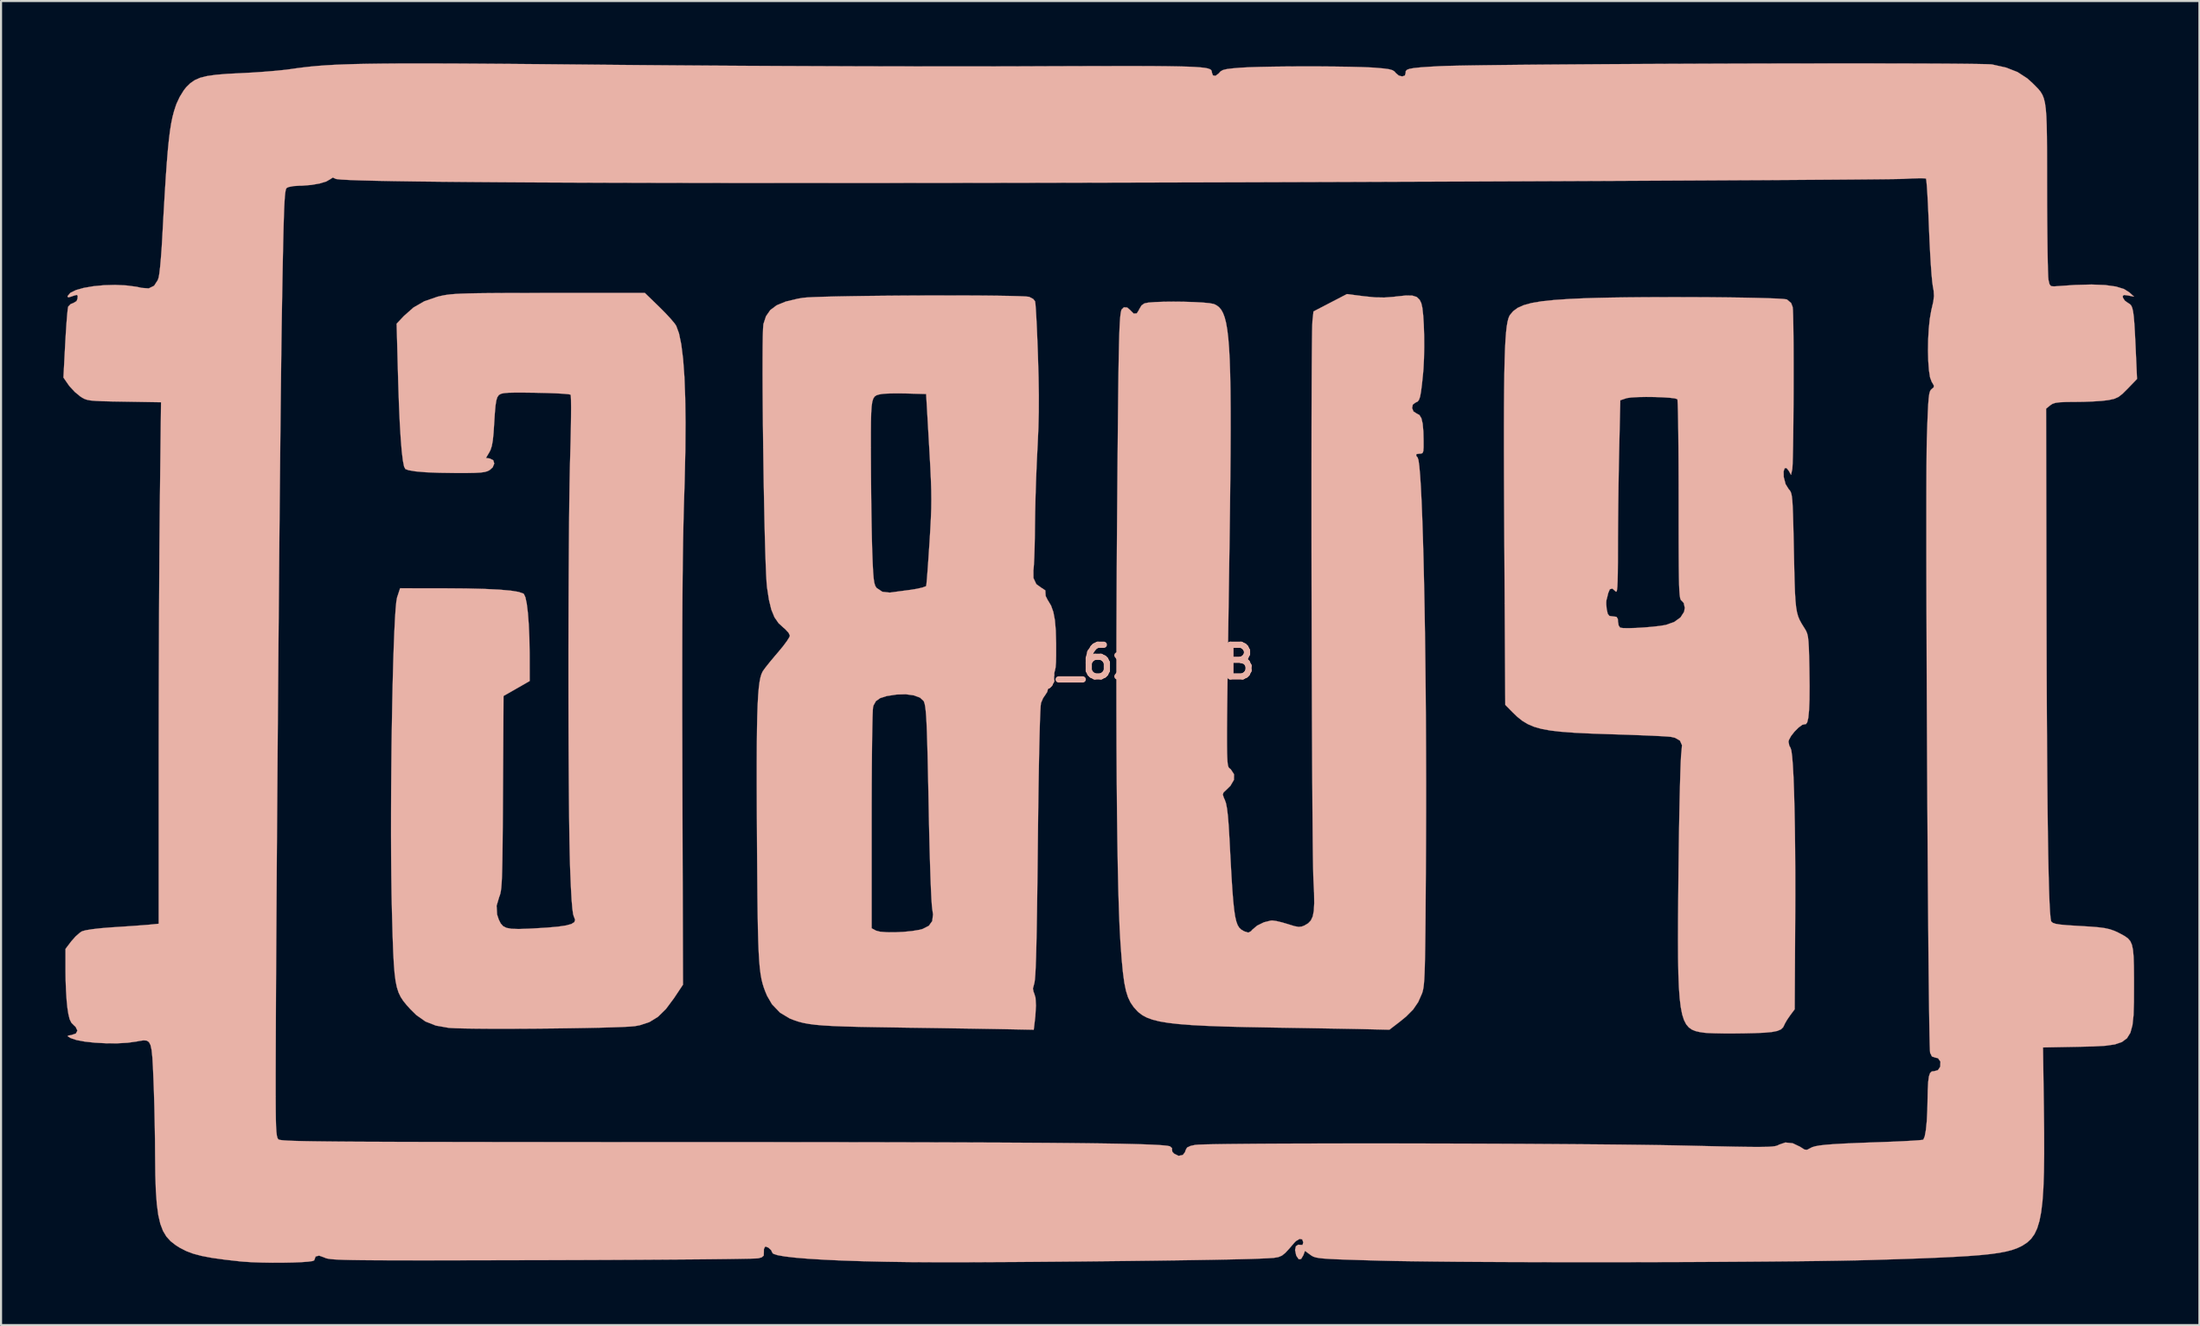
<source format=kicad_pcb>
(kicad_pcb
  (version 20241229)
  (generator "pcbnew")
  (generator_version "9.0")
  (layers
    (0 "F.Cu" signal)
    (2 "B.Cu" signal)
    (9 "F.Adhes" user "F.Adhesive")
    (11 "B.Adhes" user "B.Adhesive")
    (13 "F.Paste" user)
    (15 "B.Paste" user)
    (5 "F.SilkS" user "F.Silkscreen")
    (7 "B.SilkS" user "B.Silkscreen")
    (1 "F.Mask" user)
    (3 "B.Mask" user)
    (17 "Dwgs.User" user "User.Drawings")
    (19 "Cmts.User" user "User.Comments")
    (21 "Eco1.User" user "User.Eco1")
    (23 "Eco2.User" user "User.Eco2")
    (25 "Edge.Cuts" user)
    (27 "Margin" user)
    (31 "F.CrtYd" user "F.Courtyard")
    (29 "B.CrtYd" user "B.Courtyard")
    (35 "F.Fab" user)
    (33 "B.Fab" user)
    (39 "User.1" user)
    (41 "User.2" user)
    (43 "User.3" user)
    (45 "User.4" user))
  (footprint "pubg_6x10_B"
    (layer "F.Cu")
    (at 49.889 28.839)
    (property "Reference" "pubg_6x10_B" (at 0 0 0) (layer "B.SilkS") (effects (font (size 1.524 1.524) (thickness 0.3))))
    (attr through_hole)
    (fp_poly (pts (xy -21.193 -17.108) (xy -20.9 -16.814) (xy -20.644 -16.538) (xy -20.456 -16.315) (xy -20.375 -16.196) (xy -20.241 -15.83) (xy -20.131 -15.298) (xy -20.044 -14.602) (xy -19.981 -13.743) (xy -19.942 -12.722) (xy -19.927 -11.542) (xy -19.936 -10.205) (xy -19.969 -8.71) (xy -19.989 -8.086) (xy -20.01 -7.393) (xy -20.028 -6.651) (xy -20.044 -5.849) (xy -20.057 -4.974) (xy -20.068 -4.017) (xy -20.076 -2.966) (xy -20.082 -1.81) (xy -20.085 -0.537) (xy -20.086 0.863) (xy -20.086 2.401) (xy -20.082 4.089) (xy -20.079 5.503) (xy -20.049 15.536) (xy -20.481 16.185) (xy -20.868 16.706) (xy -21.251 17.082) (xy -21.661 17.336) (xy -22.129 17.491) (xy -22.365 17.534) (xy -22.595 17.555) (xy -22.972 17.574) (xy -23.475 17.592) (xy -24.081 17.609) (xy -24.768 17.623) (xy -25.515 17.635) (xy -26.3 17.645) (xy -27.1 17.653) (xy -27.894 17.658) (xy -28.659 17.66) (xy -29.374 17.659) (xy -30.017 17.654) (xy -30.566 17.646) (xy -30.999 17.635) (xy -31.293 17.619) (xy -31.341 17.615) (xy -31.95 17.507) (xy -32.45 17.311) (xy -32.892 17) (xy -33.18 16.715) (xy -33.365 16.509) (xy -33.519 16.319) (xy -33.644 16.127) (xy -33.746 15.915) (xy -33.826 15.666) (xy -33.889 15.362) (xy -33.937 14.985) (xy -33.974 14.516) (xy -34.004 13.939) (xy -34.03 13.234) (xy -34.054 12.386) (xy -34.064 12.023) (xy -34.082 11.203) (xy -34.095 10.302) (xy -34.104 9.335) (xy -34.108 8.318) (xy -34.107 7.263) (xy -34.103 6.186) (xy -34.094 5.103) (xy -34.083 4.026) (xy -34.067 2.972) (xy -34.049 1.954) (xy -34.028 0.988) (xy -34.004 0.088) (xy -33.978 -0.732) (xy -33.949 -1.456) (xy -33.919 -2.071) (xy -33.887 -2.56) (xy -33.854 -2.91) (xy -33.819 -3.107) (xy -33.818 -3.111) (xy -33.672 -3.556) (xy -31.547 -3.554) (xy -30.492 -3.546) (xy -29.606 -3.524) (xy -28.888 -3.489) (xy -28.338 -3.44) (xy -27.956 -3.377) (xy -27.74 -3.301) (xy -27.71 -3.278) (xy -27.637 -3.119) (xy -27.572 -2.81) (xy -27.518 -2.37) (xy -27.476 -1.816) (xy -27.447 -1.169) (xy -27.435 -0.446) (xy -27.434 -0.327) (xy -27.432 0.912) (xy -28.061 1.272) (xy -28.691 1.632) (xy -28.718 6.298) (xy -28.724 7.315) (xy -28.731 8.177) (xy -28.738 8.897) (xy -28.746 9.49) (xy -28.756 9.97) (xy -28.767 10.35) (xy -28.782 10.645) (xy -28.799 10.868) (xy -28.821 11.034) (xy -28.846 11.157) (xy -28.875 11.25) (xy -28.893 11.292) (xy -29.025 11.735) (xy -29.001 12.158) (xy -28.921 12.4) (xy -28.829 12.585) (xy -28.714 12.717) (xy -28.549 12.801) (xy -28.307 12.845) (xy -27.961 12.856) (xy -27.483 12.841) (xy -27.269 12.83) (xy -26.588 12.789) (xy -26.063 12.742) (xy -25.679 12.685) (xy -25.424 12.615) (xy -25.283 12.527) (xy -25.244 12.418) (xy -25.291 12.284) (xy -25.301 12.269) (xy -25.341 12.136) (xy -25.377 11.865) (xy -25.412 11.45) (xy -25.444 10.883) (xy -25.475 10.156) (xy -25.487 9.837) (xy -25.502 9.264) (xy -25.517 8.539) (xy -25.529 7.68) (xy -25.539 6.704) (xy -25.548 5.63) (xy -25.555 4.473) (xy -25.56 3.253) (xy -25.563 1.986) (xy -25.564 0.69) (xy -25.564 -0.617) (xy -25.561 -1.918) (xy -25.557 -3.196) (xy -25.551 -4.432) (xy -25.543 -5.609) (xy -25.534 -6.71) (xy -25.523 -7.717) (xy -25.51 -8.613) (xy -25.495 -9.379) (xy -25.48 -9.94) (xy -25.461 -10.621) (xy -25.448 -11.249) (xy -25.44 -11.803) (xy -25.437 -12.263) (xy -25.441 -12.609) (xy -25.45 -12.821) (xy -25.461 -12.88) (xy -25.564 -12.903) (xy -25.809 -12.925) (xy -26.168 -12.945) (xy -26.615 -12.961) (xy -27.121 -12.972) (xy -27.155 -12.973) (xy -27.725 -12.98) (xy -28.151 -12.98) (xy -28.455 -12.973) (xy -28.663 -12.955) (xy -28.798 -12.927) (xy -28.884 -12.885) (xy -28.926 -12.85) (xy -28.99 -12.755) (xy -29.039 -12.598) (xy -29.078 -12.351) (xy -29.11 -11.986) (xy -29.138 -11.552) (xy -29.17 -11.046) (xy -29.207 -10.677) (xy -29.254 -10.414) (xy -29.315 -10.223) (xy -29.369 -10.116) (xy -29.537 -9.832) (xy -29.352 -9.805) (xy -29.185 -9.721) (xy -29.138 -9.564) (xy -29.211 -9.382) (xy -29.35 -9.255) (xy -29.458 -9.197) (xy -29.597 -9.156) (xy -29.795 -9.129) (xy -30.079 -9.113) (xy -30.478 -9.106) (xy -30.985 -9.106) (xy -31.779 -9.117) (xy -32.428 -9.143) (xy -32.925 -9.185) (xy -33.264 -9.242) (xy -33.42 -9.299) (xy -33.481 -9.421) (xy -33.538 -9.709) (xy -33.592 -10.157) (xy -33.641 -10.761) (xy -33.687 -11.516) (xy -33.727 -12.419) (xy -33.762 -13.466) (xy -33.772 -13.816) (xy -33.839 -16.298) (xy -33.493 -16.665) (xy -33.029 -17.077) (xy -32.507 -17.378) (xy -31.878 -17.595) (xy -31.761 -17.624) (xy -31.607 -17.658) (xy -31.441 -17.687) (xy -31.249 -17.711) (xy -31.015 -17.73) (xy -30.724 -17.745) (xy -30.361 -17.757) (xy -29.91 -17.766) (xy -29.358 -17.772) (xy -28.687 -17.776) (xy -27.884 -17.778) (xy -26.933 -17.779) (xy -26.501 -17.779) (xy -21.886 -17.78) (xy -21.193 -17.108)) (stroke (width 0.01) (type solid)) (fill yes) (layer "B.SilkS"))
    (fp_poly (pts (xy 28.64 -17.577) (xy 29.456 -17.573) (xy 30.235 -17.565) (xy 30.958 -17.555) (xy 31.607 -17.542) (xy 32.164 -17.527) (xy 32.61 -17.51) (xy 32.927 -17.491) (xy 33.098 -17.469) (xy 33.114 -17.464) (xy 33.315 -17.294) (xy 33.389 -17.099) (xy 33.402 -16.949) (xy 33.412 -16.652) (xy 33.42 -16.231) (xy 33.427 -15.706) (xy 33.431 -15.099) (xy 33.433 -14.433) (xy 33.433 -13.728) (xy 33.432 -13.007) (xy 33.428 -12.292) (xy 33.423 -11.603) (xy 33.416 -10.964) (xy 33.408 -10.395) (xy 33.398 -9.918) (xy 33.387 -9.556) (xy 33.374 -9.329) (xy 33.366 -9.271) (xy 33.309 -9.017) (xy 33.203 -9.21) (xy 33.089 -9.348) (xy 33.002 -9.334) (xy 32.953 -9.184) (xy 32.958 -8.916) (xy 33.048 -8.571) (xy 33.195 -8.334) (xy 33.247 -8.274) (xy 33.29 -8.206) (xy 33.324 -8.112) (xy 33.351 -7.973) (xy 33.373 -7.772) (xy 33.39 -7.49) (xy 33.405 -7.109) (xy 33.419 -6.61) (xy 33.434 -5.976) (xy 33.448 -5.313) (xy 33.465 -4.524) (xy 33.481 -3.884) (xy 33.499 -3.373) (xy 33.523 -2.97) (xy 33.554 -2.655) (xy 33.596 -2.407) (xy 33.651 -2.205) (xy 33.723 -2.031) (xy 33.815 -1.862) (xy 33.928 -1.679) (xy 33.973 -1.609) (xy 34.039 -1.495) (xy 34.089 -1.372) (xy 34.125 -1.213) (xy 34.15 -0.991) (xy 34.168 -0.681) (xy 34.181 -0.254) (xy 34.193 0.315) (xy 34.193 0.325) (xy 34.203 1.151) (xy 34.198 1.816) (xy 34.177 2.326) (xy 34.141 2.688) (xy 34.088 2.908) (xy 34.019 2.993) (xy 33.984 2.99) (xy 33.854 3.02) (xy 33.673 3.153) (xy 33.479 3.347) (xy 33.31 3.562) (xy 33.206 3.758) (xy 33.189 3.839) (xy 33.228 4.032) (xy 33.282 4.122) (xy 33.324 4.249) (xy 33.363 4.535) (xy 33.398 4.969) (xy 33.429 5.541) (xy 33.455 6.241) (xy 33.477 7.058) (xy 33.495 7.982) (xy 33.507 9.002) (xy 33.514 10.109) (xy 33.515 11.291) (xy 33.511 12.361) (xy 33.486 16.722) (xy 33.265 17.018) (xy 33.116 17.236) (xy 33.011 17.419) (xy 32.995 17.458) (xy 32.928 17.591) (xy 32.821 17.692) (xy 32.649 17.765) (xy 32.391 17.816) (xy 32.025 17.85) (xy 31.528 17.871) (xy 31.073 17.881) (xy 30.551 17.887) (xy 30.055 17.886) (xy 29.623 17.878) (xy 29.293 17.865) (xy 29.146 17.853) (xy 28.916 17.82) (xy 28.715 17.773) (xy 28.54 17.703) (xy 28.39 17.598) (xy 28.262 17.448) (xy 28.156 17.243) (xy 28.069 16.972) (xy 28.001 16.624) (xy 27.948 16.19) (xy 27.91 15.659) (xy 27.885 15.019) (xy 27.871 14.261) (xy 27.867 13.375) (xy 27.87 12.349) (xy 27.88 11.173) (xy 27.891 10.033) (xy 27.903 9.087) (xy 27.916 8.183) (xy 27.931 7.336) (xy 27.947 6.563) (xy 27.964 5.878) (xy 27.981 5.298) (xy 27.998 4.838) (xy 28.014 4.513) (xy 28.03 4.34) (xy 28.032 4.328) (xy 28.059 4.002) (xy 27.96 3.781) (xy 27.722 3.646) (xy 27.53 3.602) (xy 27.369 3.587) (xy 27.063 3.568) (xy 26.635 3.547) (xy 26.108 3.525) (xy 25.507 3.502) (xy 24.855 3.481) (xy 24.596 3.473) (xy 23.67 3.441) (xy 22.895 3.404) (xy 22.253 3.357) (xy 21.723 3.296) (xy 21.288 3.216) (xy 20.93 3.114) (xy 20.629 2.985) (xy 20.366 2.826) (xy 20.124 2.632) (xy 19.912 2.428) (xy 19.549 2.059) (xy 19.521 -2.826) (xy 24.409 -2.826) (xy 24.429 -2.591) (xy 24.437 -2.533) (xy 24.486 -2.318) (xy 24.567 -2.223) (xy 24.723 -2.201) (xy 24.733 -2.201) (xy 24.908 -2.178) (xy 24.97 -2.072) (xy 24.977 -1.954) (xy 25.009 -1.761) (xy 25.082 -1.659) (xy 25.226 -1.638) (xy 25.496 -1.634) (xy 25.85 -1.645) (xy 26.248 -1.669) (xy 26.646 -1.703) (xy 27.004 -1.744) (xy 27.277 -1.789) (xy 27.683 -1.931) (xy 27.986 -2.149) (xy 28.161 -2.422) (xy 28.194 -2.614) (xy 28.143 -2.846) (xy 28.046 -2.954) (xy 28.014 -2.98) (xy 27.987 -3.029) (xy 27.965 -3.115) (xy 27.947 -3.25) (xy 27.932 -3.448) (xy 27.92 -3.722) (xy 27.912 -4.084) (xy 27.906 -4.548) (xy 27.902 -5.128) (xy 27.899 -5.836) (xy 27.898 -6.685) (xy 27.898 -7.689) (xy 27.898 -7.819) (xy 27.897 -8.703) (xy 27.894 -9.537) (xy 27.889 -10.304) (xy 27.882 -10.99) (xy 27.874 -11.579) (xy 27.865 -12.056) (xy 27.855 -12.406) (xy 27.844 -12.612) (xy 27.835 -12.663) (xy 27.716 -12.701) (xy 27.467 -12.731) (xy 27.126 -12.753) (xy 26.733 -12.767) (xy 26.327 -12.771) (xy 25.945 -12.764) (xy 25.628 -12.746) (xy 25.415 -12.717) (xy 25.384 -12.709) (xy 25.088 -12.611) (xy 25.033 -10.186) (xy 25.016 -9.399) (xy 25.002 -8.518) (xy 24.99 -7.602) (xy 24.981 -6.709) (xy 24.975 -5.896) (xy 24.974 -5.511) (xy 24.972 -4.828) (xy 24.967 -4.299) (xy 24.959 -3.907) (xy 24.947 -3.637) (xy 24.929 -3.471) (xy 24.905 -3.395) (xy 24.874 -3.391) (xy 24.859 -3.408) (xy 24.706 -3.541) (xy 24.584 -3.509) (xy 24.506 -3.323) (xy 24.455 -3.109) (xy 24.419 -2.978) (xy 24.409 -2.826) (xy 19.521 -2.826) (xy 19.502 -6.019) (xy 19.494 -7.587) (xy 19.488 -8.993) (xy 19.485 -10.249) (xy 19.485 -11.361) (xy 19.488 -12.339) (xy 19.495 -13.191) (xy 19.505 -13.927) (xy 19.519 -14.555) (xy 19.537 -15.084) (xy 19.56 -15.522) (xy 19.587 -15.879) (xy 19.619 -16.163) (xy 19.656 -16.383) (xy 19.698 -16.548) (xy 19.745 -16.667) (xy 19.77 -16.711) (xy 19.93 -16.902) (xy 20.146 -17.061) (xy 20.436 -17.191) (xy 20.814 -17.295) (xy 21.299 -17.377) (xy 21.906 -17.441) (xy 22.651 -17.491) (xy 23.41 -17.525) (xy 23.978 -17.542) (xy 24.636 -17.556) (xy 25.366 -17.567) (xy 26.149 -17.574) (xy 26.968 -17.578) (xy 27.805 -17.579) (xy 28.64 -17.577)) (stroke (width 0.01) (type solid)) (fill yes) (layer "B.SilkS"))
    (fp_poly (pts (xy 12.756 -17.619) (xy 13.278 -17.566) (xy 13.724 -17.558) (xy 14.179 -17.593) (xy 14.322 -17.611) (xy 14.767 -17.657) (xy 15.078 -17.651) (xy 15.288 -17.584) (xy 15.427 -17.448) (xy 15.505 -17.288) (xy 15.556 -17.065) (xy 15.596 -16.707) (xy 15.625 -16.251) (xy 15.642 -15.731) (xy 15.645 -15.182) (xy 15.635 -14.64) (xy 15.61 -14.138) (xy 15.589 -13.885) (xy 15.537 -13.382) (xy 15.491 -13.022) (xy 15.446 -12.78) (xy 15.394 -12.631) (xy 15.33 -12.549) (xy 15.247 -12.508) (xy 15.232 -12.504) (xy 15.095 -12.401) (xy 15.063 -12.234) (xy 15.13 -12.069) (xy 15.28 -11.973) (xy 15.415 -11.9) (xy 15.51 -11.744) (xy 15.572 -11.482) (xy 15.605 -11.093) (xy 15.615 -10.668) (xy 15.615 -10.345) (xy 15.601 -10.156) (xy 15.561 -10.066) (xy 15.487 -10.04) (xy 15.431 -10.04) (xy 15.268 -10.018) (xy 15.262 -9.932) (xy 15.33 -9.85) (xy 15.37 -9.726) (xy 15.409 -9.443) (xy 15.447 -9.01) (xy 15.484 -8.438) (xy 15.519 -7.735) (xy 15.552 -6.912) (xy 15.583 -5.979) (xy 15.612 -4.945) (xy 15.638 -3.821) (xy 15.662 -2.616) (xy 15.683 -1.34) (xy 15.7 -0.002) (xy 15.715 1.386) (xy 15.726 2.816) (xy 15.733 4.278) (xy 15.737 5.762) (xy 15.736 7.258) (xy 15.731 8.756) (xy 15.729 9.144) (xy 15.722 10.344) (xy 15.715 11.386) (xy 15.709 12.283) (xy 15.701 13.047) (xy 15.693 13.689) (xy 15.684 14.221) (xy 15.674 14.657) (xy 15.662 15.006) (xy 15.648 15.282) (xy 15.631 15.496) (xy 15.612 15.661) (xy 15.589 15.787) (xy 15.563 15.888) (xy 15.54 15.96) (xy 15.355 16.377) (xy 15.112 16.733) (xy 14.774 17.073) (xy 14.476 17.316) (xy 13.969 17.706) (xy 12.806 17.68) (xy 12.455 17.672) (xy 11.963 17.663) (xy 11.354 17.652) (xy 10.657 17.64) (xy 9.898 17.627) (xy 9.103 17.614) (xy 8.3 17.601) (xy 8.21 17.599) (xy 7.047 17.578) (xy 6.04 17.553) (xy 5.177 17.521) (xy 4.445 17.483) (xy 3.83 17.435) (xy 3.321 17.377) (xy 2.903 17.307) (xy 2.565 17.223) (xy 2.293 17.124) (xy 2.075 17.008) (xy 1.897 16.874) (xy 1.835 16.816) (xy 1.651 16.612) (xy 1.501 16.394) (xy 1.38 16.138) (xy 1.282 15.825) (xy 1.202 15.431) (xy 1.136 14.935) (xy 1.077 14.316) (xy 1.021 13.552) (xy 1.015 13.462) (xy 0.978 12.802) (xy 0.946 11.981) (xy 0.916 11.006) (xy 0.891 9.886) (xy 0.87 8.628) (xy 0.852 7.24) (xy 0.839 5.731) (xy 0.829 4.108) (xy 0.824 2.378) (xy 0.823 0.551) (xy 0.826 -1.366) (xy 0.834 -3.366) (xy 0.845 -5.439) (xy 0.853 -6.477) (xy 0.865 -8.017) (xy 0.876 -9.396) (xy 0.887 -10.625) (xy 0.897 -11.711) (xy 0.907 -12.664) (xy 0.917 -13.493) (xy 0.927 -14.206) (xy 0.938 -14.814) (xy 0.949 -15.325) (xy 0.961 -15.747) (xy 0.974 -16.091) (xy 0.988 -16.365) (xy 1.003 -16.578) (xy 1.02 -16.739) (xy 1.038 -16.857) (xy 1.059 -16.942) (xy 1.07 -16.977) (xy 1.182 -17.088) (xy 1.344 -17.077) (xy 1.495 -16.947) (xy 1.504 -16.933) (xy 1.656 -16.786) (xy 1.803 -16.795) (xy 1.907 -16.957) (xy 1.914 -16.982) (xy 2.034 -17.181) (xy 2.175 -17.278) (xy 2.364 -17.315) (xy 2.685 -17.34) (xy 3.1 -17.355) (xy 3.573 -17.36) (xy 4.066 -17.355) (xy 4.544 -17.341) (xy 4.97 -17.318) (xy 5.305 -17.287) (xy 5.514 -17.247) (xy 5.534 -17.24) (xy 5.658 -17.176) (xy 5.77 -17.089) (xy 5.871 -16.969) (xy 5.959 -16.81) (xy 6.037 -16.601) (xy 6.105 -16.336) (xy 6.162 -16.006) (xy 6.21 -15.603) (xy 6.249 -15.118) (xy 6.279 -14.543) (xy 6.301 -13.87) (xy 6.316 -13.091) (xy 6.323 -12.197) (xy 6.324 -11.18) (xy 6.319 -10.032) (xy 6.307 -8.745) (xy 6.291 -7.31) (xy 6.27 -5.719) (xy 6.254 -4.657) (xy 6.232 -3.174) (xy 6.213 -1.852) (xy 6.196 -0.681) (xy 6.181 0.349) (xy 6.169 1.247) (xy 6.159 2.022) (xy 6.152 2.684) (xy 6.148 3.241) (xy 6.147 3.703) (xy 6.149 4.079) (xy 6.153 4.379) (xy 6.161 4.612) (xy 6.171 4.787) (xy 6.185 4.914) (xy 6.202 5.001) (xy 6.222 5.058) (xy 6.246 5.094) (xy 6.273 5.12) (xy 6.304 5.142) (xy 6.329 5.163) (xy 6.487 5.404) (xy 6.482 5.672) (xy 6.314 5.958) (xy 6.117 6.152) (xy 5.981 6.278) (xy 5.946 6.385) (xy 6 6.544) (xy 6.043 6.636) (xy 6.101 6.803) (xy 6.149 7.053) (xy 6.192 7.407) (xy 6.23 7.886) (xy 6.267 8.512) (xy 6.27 8.569) (xy 6.32 9.519) (xy 6.364 10.315) (xy 6.406 10.97) (xy 6.448 11.501) (xy 6.492 11.921) (xy 6.54 12.245) (xy 6.596 12.489) (xy 6.66 12.666) (xy 6.737 12.791) (xy 6.828 12.88) (xy 6.936 12.946) (xy 6.999 12.976) (xy 7.173 13.029) (xy 7.299 12.966) (xy 7.37 12.886) (xy 7.604 12.691) (xy 7.926 12.533) (xy 8.254 12.451) (xy 8.335 12.446) (xy 8.525 12.472) (xy 8.809 12.54) (xy 9.091 12.624) (xy 9.396 12.718) (xy 9.598 12.754) (xy 9.751 12.737) (xy 9.876 12.688) (xy 10.054 12.583) (xy 10.185 12.446) (xy 10.276 12.253) (xy 10.329 11.983) (xy 10.349 11.612) (xy 10.342 11.117) (xy 10.312 10.499) (xy 10.303 10.255) (xy 10.295 9.859) (xy 10.286 9.323) (xy 10.278 8.657) (xy 10.271 7.874) (xy 10.263 6.984) (xy 10.257 5.999) (xy 10.25 4.931) (xy 10.245 3.791) (xy 10.239 2.591) (xy 10.235 1.342) (xy 10.23 0.055) (xy 10.227 -1.258) (xy 10.224 -2.585) (xy 10.221 -3.915) (xy 10.219 -5.236) (xy 10.218 -6.538) (xy 10.218 -7.808) (xy 10.218 -9.035) (xy 10.219 -10.208) (xy 10.22 -11.315) (xy 10.223 -12.345) (xy 10.226 -13.286) (xy 10.23 -14.126) (xy 10.235 -14.855) (xy 10.241 -15.461) (xy 10.247 -15.931) (xy 10.255 -16.256) (xy 10.263 -16.423) (xy 10.263 -16.424) (xy 10.313 -16.889) (xy 11.118 -17.307) (xy 11.923 -17.725) (xy 12.756 -17.619)) (stroke (width 0.01) (type solid)) (fill yes) (layer "B.SilkS"))
    (fp_poly (pts (xy -6.3 -17.657) (xy -5.567 -17.653) (xy -4.908 -17.646) (xy -4.342 -17.637) (xy -3.889 -17.625) (xy -3.564 -17.611) (xy -3.388 -17.593) (xy -3.375 -17.59) (xy -3.188 -17.493) (xy -3.095 -17.38) (xy -3.078 -17.261) (xy -3.057 -16.994) (xy -3.034 -16.604) (xy -3.009 -16.111) (xy -2.985 -15.539) (xy -2.961 -14.91) (xy -2.955 -14.722) (xy -2.926 -13.722) (xy -2.913 -12.846) (xy -2.916 -12.048) (xy -2.934 -11.283) (xy -2.968 -10.506) (xy -2.978 -10.318) (xy -3.013 -9.609) (xy -3.045 -8.809) (xy -3.072 -7.985) (xy -3.09 -7.203) (xy -3.099 -6.604) (xy -3.106 -6.041) (xy -3.117 -5.514) (xy -3.132 -5.053) (xy -3.15 -4.691) (xy -3.169 -4.459) (xy -3.174 -4.423) (xy -3.172 -4.048) (xy -3.034 -3.754) (xy -2.769 -3.563) (xy -2.749 -3.555) (xy -2.599 -3.452) (xy -2.595 -3.341) (xy -2.584 -3.183) (xy -2.483 -2.983) (xy -2.473 -2.97) (xy -2.323 -2.718) (xy -2.214 -2.412) (xy -2.14 -2.023) (xy -2.097 -1.523) (xy -2.08 -0.887) (xy -2.08 -0.804) (xy -2.08 -0.325) (xy -2.087 0.018) (xy -2.107 0.26) (xy -2.143 0.433) (xy -2.199 0.572) (xy -2.265 0.687) (xy -2.387 0.934) (xy -2.452 1.165) (xy -2.455 1.21) (xy -2.506 1.431) (xy -2.588 1.56) (xy -2.707 1.734) (xy -2.807 1.967) (xy -2.807 1.968) (xy -2.825 2.106) (xy -2.842 2.405) (xy -2.86 2.858) (xy -2.877 3.455) (xy -2.895 4.19) (xy -2.911 5.054) (xy -2.928 6.039) (xy -2.943 7.137) (xy -2.957 8.34) (xy -2.961 8.721) (xy -2.975 10.01) (xy -2.989 11.138) (xy -3.003 12.115) (xy -3.017 12.948) (xy -3.032 13.647) (xy -3.047 14.22) (xy -3.064 14.676) (xy -3.081 15.023) (xy -3.1 15.271) (xy -3.121 15.427) (xy -3.135 15.485) (xy -3.198 15.725) (xy -3.164 15.895) (xy -3.145 15.929) (xy -3.073 16.162) (xy -3.052 16.542) (xy -3.081 17.052) (xy -3.104 17.257) (xy -3.158 17.707) (xy -4.563 17.68) (xy -4.956 17.673) (xy -5.491 17.664) (xy -6.143 17.653) (xy -6.884 17.642) (xy -7.689 17.629) (xy -8.53 17.617) (xy -9.38 17.605) (xy -9.737 17.599) (xy -10.717 17.584) (xy -11.545 17.569) (xy -12.238 17.551) (xy -12.812 17.529) (xy -13.284 17.502) (xy -13.672 17.469) (xy -13.992 17.427) (xy -14.262 17.377) (xy -14.498 17.315) (xy -14.716 17.241) (xy -14.913 17.163) (xy -15.378 16.883) (xy -15.765 16.478) (xy -16.002 16.069) (xy -16.083 15.874) (xy -16.154 15.685) (xy -16.215 15.489) (xy -16.268 15.273) (xy -16.312 15.025) (xy -16.349 14.731) (xy -16.379 14.379) (xy -16.404 13.956) (xy -16.424 13.448) (xy -16.44 12.844) (xy -16.453 12.13) (xy -16.464 11.293) (xy -16.472 10.32) (xy -16.481 9.199) (xy -16.486 8.422) (xy -16.49 7.651) (xy -10.964 7.651) (xy -10.964 12.822) (xy -10.753 12.935) (xy -10.558 12.986) (xy -10.242 13.011) (xy -9.849 13.014) (xy -9.426 12.994) (xy -9.018 12.954) (xy -8.67 12.896) (xy -8.51 12.854) (xy -8.21 12.701) (xy -8.046 12.474) (xy -8.008 12.153) (xy -8.046 11.885) (xy -8.064 11.719) (xy -8.085 11.402) (xy -8.107 10.952) (xy -8.129 10.388) (xy -8.151 9.729) (xy -8.172 8.992) (xy -8.192 8.196) (xy -8.21 7.36) (xy -8.21 7.324) (xy -8.231 6.245) (xy -8.251 5.323) (xy -8.268 4.544) (xy -8.286 3.896) (xy -8.303 3.365) (xy -8.32 2.939) (xy -8.339 2.605) (xy -8.36 2.349) (xy -8.383 2.159) (xy -8.408 2.022) (xy -8.438 1.925) (xy -8.463 1.87) (xy -8.635 1.712) (xy -8.934 1.602) (xy -9.322 1.549) (xy -9.761 1.562) (xy -9.774 1.564) (xy -10.236 1.635) (xy -10.555 1.736) (xy -10.758 1.88) (xy -10.872 2.083) (xy -10.896 2.174) (xy -10.908 2.315) (xy -10.92 2.61) (xy -10.93 3.043) (xy -10.94 3.598) (xy -10.948 4.259) (xy -10.955 5.01) (xy -10.96 5.837) (xy -10.963 6.722) (xy -10.964 7.651) (xy -16.49 7.651) (xy -16.493 7.088) (xy -16.497 5.913) (xy -16.497 4.885) (xy -16.493 3.996) (xy -16.485 3.233) (xy -16.472 2.588) (xy -16.453 2.048) (xy -16.429 1.604) (xy -16.399 1.245) (xy -16.363 0.961) (xy -16.32 0.741) (xy -16.269 0.574) (xy -16.212 0.451) (xy -16.199 0.43) (xy -16.077 0.262) (xy -15.875 0.008) (xy -15.627 -0.29) (xy -15.473 -0.47) (xy -15.233 -0.759) (xy -15.043 -1.015) (xy -14.926 -1.202) (xy -14.901 -1.273) (xy -14.964 -1.411) (xy -15.123 -1.584) (xy -15.198 -1.646) (xy -15.451 -1.879) (xy -15.645 -2.162) (xy -15.794 -2.525) (xy -15.909 -2.998) (xy -16.003 -3.606) (xy -16.024 -3.853) (xy -16.046 -4.243) (xy -16.067 -4.759) (xy -16.088 -5.385) (xy -16.108 -6.103) (xy -16.127 -6.897) (xy -16.144 -7.748) (xy -16.161 -8.64) (xy -16.175 -9.556) (xy -16.188 -10.478) (xy -16.194 -11.016) (xy -11.001 -11.016) (xy -11.001 -10.324) (xy -10.999 -9.752) (xy -10.995 -8.981) (xy -10.988 -8.183) (xy -10.979 -7.395) (xy -10.967 -6.654) (xy -10.954 -5.996) (xy -10.94 -5.46) (xy -10.936 -5.322) (xy -10.914 -4.755) (xy -10.892 -4.333) (xy -10.867 -4.031) (xy -10.836 -3.824) (xy -10.796 -3.687) (xy -10.744 -3.595) (xy -10.723 -3.57) (xy -10.447 -3.386) (xy -10.093 -3.347) (xy -10.033 -3.354) (xy -9.875 -3.376) (xy -9.598 -3.413) (xy -9.254 -3.459) (xy -9.116 -3.477) (xy -8.78 -3.531) (xy -8.515 -3.592) (xy -8.36 -3.649) (xy -8.337 -3.671) (xy -8.323 -3.78) (xy -8.3 -4.033) (xy -8.271 -4.406) (xy -8.237 -4.874) (xy -8.201 -5.413) (xy -8.175 -5.8) (xy -8.138 -6.411) (xy -8.111 -6.93) (xy -8.094 -7.39) (xy -8.089 -7.828) (xy -8.094 -8.28) (xy -8.11 -8.781) (xy -8.137 -9.366) (xy -8.176 -10.072) (xy -8.193 -10.372) (xy -8.34 -12.912) (xy -9.271 -12.937) (xy -9.681 -12.943) (xy -10.056 -12.939) (xy -10.345 -12.927) (xy -10.475 -12.913) (xy -10.614 -12.887) (xy -10.726 -12.853) (xy -10.815 -12.796) (xy -10.882 -12.699) (xy -10.932 -12.544) (xy -10.965 -12.315) (xy -10.986 -11.995) (xy -10.997 -11.568) (xy -11.001 -11.016) (xy -16.194 -11.016) (xy -16.199 -11.39) (xy -16.207 -12.275) (xy -16.213 -13.114) (xy -16.216 -13.892) (xy -16.215 -14.59) (xy -16.212 -15.193) (xy -16.205 -15.682) (xy -16.194 -16.041) (xy -16.179 -16.252) (xy -16.175 -16.282) (xy -16.052 -16.658) (xy -15.845 -16.955) (xy -15.536 -17.186) (xy -15.103 -17.364) (xy -14.529 -17.501) (xy -14.289 -17.542) (xy -14.083 -17.562) (xy -13.732 -17.58) (xy -13.255 -17.596) (xy -12.671 -17.611) (xy -11.996 -17.624) (xy -11.25 -17.635) (xy -10.451 -17.644) (xy -9.618 -17.651) (xy -8.767 -17.656) (xy -7.919 -17.658) (xy -7.09 -17.659) (xy -6.3 -17.657)) (stroke (width 0.01) (type solid)) (fill yes) (layer "B.SilkS"))
    (fp_poly (pts (xy 37.346 -28.833) (xy 38.41 -28.832) (xy 39.392 -28.829) (xy 40.281 -28.826) (xy 41.064 -28.821) (xy 41.731 -28.815) (xy 42.27 -28.808) (xy 42.67 -28.8) (xy 42.919 -28.791) (xy 42.993 -28.784) (xy 43.667 -28.634) (xy 44.217 -28.418) (xy 44.683 -28.116) (xy 44.938 -27.887) (xy 45.092 -27.734) (xy 45.222 -27.599) (xy 45.329 -27.467) (xy 45.416 -27.321) (xy 45.485 -27.148) (xy 45.538 -26.93) (xy 45.577 -26.653) (xy 45.604 -26.301) (xy 45.622 -25.859) (xy 45.632 -25.31) (xy 45.637 -24.64) (xy 45.639 -23.832) (xy 45.64 -22.872) (xy 45.64 -22.799) (xy 45.642 -21.975) (xy 45.647 -21.193) (xy 45.654 -20.472) (xy 45.662 -19.83) (xy 45.672 -19.284) (xy 45.683 -18.854) (xy 45.694 -18.557) (xy 45.706 -18.415) (xy 45.757 -18.199) (xy 45.833 -18.107) (xy 45.977 -18.095) (xy 46.019 -18.098) (xy 46.978 -18.164) (xy 47.782 -18.185) (xy 48.439 -18.16) (xy 48.956 -18.088) (xy 49.342 -17.97) (xy 49.599 -17.809) (xy 49.826 -17.602) (xy 49.543 -17.657) (xy 49.354 -17.682) (xy 49.286 -17.643) (xy 49.29 -17.556) (xy 49.384 -17.408) (xy 49.544 -17.293) (xy 49.624 -17.246) (xy 49.689 -17.177) (xy 49.74 -17.066) (xy 49.781 -16.894) (xy 49.815 -16.642) (xy 49.844 -16.289) (xy 49.872 -15.816) (xy 49.902 -15.203) (xy 49.918 -14.84) (xy 49.972 -13.636) (xy 49.518 -13.166) (xy 49.269 -12.919) (xy 49.075 -12.769) (xy 48.877 -12.681) (xy 48.621 -12.624) (xy 48.556 -12.614) (xy 48.262 -12.58) (xy 47.856 -12.554) (xy 47.397 -12.536) (xy 47.021 -12.531) (xy 46.572 -12.528) (xy 46.259 -12.514) (xy 46.048 -12.487) (xy 45.905 -12.441) (xy 45.797 -12.372) (xy 45.793 -12.369) (xy 45.593 -12.206) (xy 45.609 -3.669) (xy 45.614 -1.474) (xy 45.62 0.553) (xy 45.629 2.414) (xy 45.639 4.112) (xy 45.65 5.648) (xy 45.663 7.023) (xy 45.678 8.24) (xy 45.695 9.3) (xy 45.714 10.206) (xy 45.734 10.959) (xy 45.756 11.561) (xy 45.781 12.013) (xy 45.807 12.318) (xy 45.834 12.478) (xy 45.844 12.499) (xy 45.917 12.559) (xy 46.054 12.606) (xy 46.281 12.643) (xy 46.623 12.674) (xy 47.107 12.704) (xy 47.125 12.705) (xy 47.678 12.738) (xy 48.096 12.771) (xy 48.413 12.812) (xy 48.663 12.868) (xy 48.881 12.944) (xy 49.1 13.046) (xy 49.202 13.1) (xy 49.392 13.206) (xy 49.539 13.313) (xy 49.649 13.443) (xy 49.726 13.617) (xy 49.777 13.859) (xy 49.807 14.191) (xy 49.821 14.634) (xy 49.826 15.212) (xy 49.826 15.613) (xy 49.823 16.384) (xy 49.804 17.003) (xy 49.752 17.487) (xy 49.652 17.853) (xy 49.488 18.118) (xy 49.244 18.299) (xy 48.905 18.414) (xy 48.454 18.479) (xy 47.875 18.511) (xy 47.154 18.528) (xy 47.127 18.529) (xy 45.444 18.56) (xy 45.485 21.451) (xy 45.498 22.64) (xy 45.5 23.672) (xy 45.489 24.56) (xy 45.463 25.317) (xy 45.42 25.953) (xy 45.357 26.482) (xy 45.273 26.917) (xy 45.166 27.269) (xy 45.034 27.551) (xy 44.874 27.775) (xy 44.685 27.953) (xy 44.464 28.099) (xy 44.374 28.147) (xy 44.172 28.239) (xy 43.94 28.319) (xy 43.666 28.39) (xy 43.336 28.453) (xy 42.938 28.509) (xy 42.46 28.559) (xy 41.888 28.604) (xy 41.21 28.645) (xy 40.413 28.684) (xy 39.485 28.722) (xy 38.413 28.759) (xy 37.211 28.796) (xy 36.499 28.814) (xy 35.638 28.831) (xy 34.644 28.846) (xy 33.533 28.859) (xy 32.322 28.87) (xy 31.029 28.88) (xy 29.669 28.888) (xy 28.259 28.895) (xy 26.817 28.899) (xy 25.357 28.902) (xy 23.899 28.903) (xy 22.457 28.903) (xy 21.048 28.9) (xy 19.691 28.896) (xy 18.4 28.89) (xy 17.192 28.882) (xy 16.085 28.871) (xy 15.095 28.859) (xy 14.238 28.846) (xy 13.532 28.83) (xy 13.445 28.827) (xy 12.65 28.804) (xy 12.005 28.784) (xy 11.495 28.766) (xy 11.1 28.747) (xy 10.803 28.727) (xy 10.587 28.704) (xy 10.433 28.676) (xy 10.324 28.643) (xy 10.241 28.602) (xy 10.168 28.552) (xy 10.164 28.549) (xy 9.904 28.357) (xy 9.823 28.572) (xy 9.716 28.751) (xy 9.603 28.761) (xy 9.494 28.603) (xy 9.478 28.564) (xy 9.426 28.316) (xy 9.466 28.135) (xy 9.584 28.059) (xy 9.659 28.069) (xy 9.787 28.072) (xy 9.821 27.946) (xy 9.77 27.803) (xy 9.641 27.784) (xy 9.467 27.888) (xy 9.396 27.961) (xy 9.143 28.254) (xy 8.957 28.455) (xy 8.797 28.584) (xy 8.623 28.658) (xy 8.395 28.696) (xy 8.072 28.716) (xy 7.699 28.732) (xy 7.343 28.746) (xy 6.834 28.759) (xy 6.189 28.773) (xy 5.425 28.788) (xy 4.557 28.802) (xy 3.603 28.816) (xy 2.58 28.83) (xy 1.503 28.843) (xy 0.39 28.855) (xy -0.744 28.867) (xy -1.88 28.877) (xy -3.004 28.886) (xy -4.098 28.894) (xy -5.145 28.899) (xy -6.129 28.904) (xy -7.033 28.906) (xy -7.842 28.905) (xy -7.959 28.905) (xy -9.184 28.898) (xy -10.336 28.881) (xy -11.403 28.856) (xy -12.376 28.824) (xy -13.245 28.784) (xy -14.002 28.738) (xy -14.635 28.686) (xy -15.135 28.628) (xy -15.493 28.566) (xy -15.699 28.499) (xy -15.748 28.445) (xy -15.806 28.321) (xy -15.934 28.204) (xy -16.063 28.151) (xy -16.098 28.159) (xy -16.152 28.272) (xy -16.155 28.431) (xy -16.161 28.585) (xy -16.255 28.669) (xy -16.425 28.716) (xy -16.547 28.724) (xy -16.827 28.733) (xy -17.255 28.741) (xy -17.819 28.75) (xy -18.511 28.758) (xy -19.317 28.766) (xy -20.229 28.773) (xy -21.235 28.78) (xy -22.324 28.787) (xy -23.485 28.793) (xy -24.708 28.798) (xy -25.983 28.802) (xy -26.882 28.805) (xy -28.408 28.808) (xy -29.773 28.811) (xy -30.988 28.813) (xy -32.061 28.815) (xy -33.002 28.815) (xy -33.818 28.814) (xy -34.521 28.812) (xy -35.118 28.809) (xy -35.619 28.804) (xy -36.034 28.798) (xy -36.37 28.79) (xy -36.638 28.78) (xy -36.847 28.768) (xy -37.006 28.754) (xy -37.123 28.738) (xy -37.209 28.72) (xy -37.272 28.7) (xy -37.321 28.677) (xy -37.327 28.674) (xy -37.574 28.586) (xy -37.739 28.629) (xy -37.803 28.797) (xy -37.804 28.812) (xy -37.884 28.848) (xy -38.104 28.879) (xy -38.437 28.902) (xy -38.855 28.919) (xy -39.328 28.928) (xy -39.828 28.929) (xy -40.327 28.921) (xy -40.796 28.905) (xy -41.208 28.879) (xy -41.36 28.866) (xy -42.115 28.781) (xy -42.728 28.696) (xy -43.224 28.602) (xy -43.63 28.495) (xy -43.971 28.367) (xy -44.275 28.211) (xy -44.474 28.086) (xy -44.721 27.894) (xy -44.925 27.67) (xy -45.089 27.396) (xy -45.218 27.057) (xy -45.316 26.635) (xy -45.386 26.113) (xy -45.433 25.474) (xy -45.459 24.701) (xy -45.469 23.778) (xy -45.47 23.707) (xy -45.475 23.013) (xy -45.488 22.232) (xy -45.505 21.43) (xy -45.527 20.677) (xy -45.546 20.169) (xy -39.664 20.169) (xy -39.664 20.927) (xy -39.661 21.534) (xy -39.655 22.007) (xy -39.645 22.363) (xy -39.629 22.62) (xy -39.608 22.796) (xy -39.581 22.907) (xy -39.546 22.973) (xy -39.535 22.986) (xy -39.508 23) (xy -39.455 23.014) (xy -39.369 23.026) (xy -39.243 23.038) (xy -39.072 23.048) (xy -38.848 23.058) (xy -38.566 23.066) (xy -38.219 23.074) (xy -37.801 23.081) (xy -37.305 23.087) (xy -36.726 23.093) (xy -36.056 23.098) (xy -35.29 23.102) (xy -34.42 23.105) (xy -33.441 23.109) (xy -32.347 23.111) (xy -31.13 23.113) (xy -29.786 23.115) (xy -28.306 23.117) (xy -26.685 23.118) (xy -24.917 23.118) (xy -22.995 23.119) (xy -20.913 23.119) (xy -19.934 23.119) (xy -17.503 23.12) (xy -15.235 23.121) (xy -13.127 23.123) (xy -11.173 23.125) (xy -9.368 23.129) (xy -7.707 23.133) (xy -6.185 23.138) (xy -4.796 23.143) (xy -3.537 23.15) (xy -2.401 23.157) (xy -1.384 23.166) (xy -0.48 23.176) (xy 0.315 23.187) (xy 1.007 23.198) (xy 1.601 23.212) (xy 2.102 23.226) (xy 2.514 23.242) (xy 2.843 23.258) (xy 3.094 23.277) (xy 3.272 23.296) (xy 3.383 23.318) (xy 3.407 23.326) (xy 3.505 23.413) (xy 3.5 23.474) (xy 3.516 23.586) (xy 3.602 23.677) (xy 3.816 23.782) (xy 4.005 23.743) (xy 4.033 23.727) (xy 4.128 23.598) (xy 4.161 23.496) (xy 4.227 23.381) (xy 4.396 23.302) (xy 4.615 23.255) (xy 4.775 23.242) (xy 5.092 23.231) (xy 5.554 23.221) (xy 6.15 23.212) (xy 6.868 23.205) (xy 7.694 23.198) (xy 8.619 23.193) (xy 9.629 23.189) (xy 10.712 23.187) (xy 11.858 23.185) (xy 13.053 23.185) (xy 14.286 23.185) (xy 15.544 23.187) (xy 16.816 23.19) (xy 18.091 23.194) (xy 19.355 23.199) (xy 20.597 23.205) (xy 21.805 23.213) (xy 22.967 23.221) (xy 24.071 23.23) (xy 25.105 23.24) (xy 26.057 23.251) (xy 26.916 23.263) (xy 27.668 23.276) (xy 28.172 23.287) (xy 29.143 23.309) (xy 29.96 23.327) (xy 30.635 23.341) (xy 31.185 23.349) (xy 31.623 23.353) (xy 31.963 23.351) (xy 32.219 23.345) (xy 32.407 23.332) (xy 32.54 23.315) (xy 32.633 23.291) (xy 32.7 23.262) (xy 32.734 23.242) (xy 33.038 23.139) (xy 33.39 23.175) (xy 33.75 23.346) (xy 33.78 23.367) (xy 33.959 23.479) (xy 34.084 23.491) (xy 34.227 23.416) (xy 34.329 23.364) (xy 34.477 23.32) (xy 34.686 23.282) (xy 34.973 23.249) (xy 35.356 23.219) (xy 35.85 23.191) (xy 36.473 23.163) (xy 37.242 23.134) (xy 37.615 23.121) (xy 38.182 23.1) (xy 38.692 23.077) (xy 39.12 23.054) (xy 39.442 23.032) (xy 39.635 23.013) (xy 39.679 23.002) (xy 39.747 22.848) (xy 39.803 22.545) (xy 39.847 22.111) (xy 39.874 21.566) (xy 39.883 21.167) (xy 39.894 20.623) (xy 39.914 20.227) (xy 39.95 19.958) (xy 40.005 19.796) (xy 40.084 19.718) (xy 40.192 19.704) (xy 40.199 19.705) (xy 40.384 19.654) (xy 40.496 19.487) (xy 40.504 19.254) (xy 40.499 19.233) (xy 40.387 19.079) (xy 40.259 19.05) (xy 40.094 18.994) (xy 40.008 18.817) (xy 39.999 18.697) (xy 39.989 18.418) (xy 39.979 17.991) (xy 39.969 17.427) (xy 39.959 16.735) (xy 39.949 15.928) (xy 39.938 15.015) (xy 39.928 14.007) (xy 39.919 12.915) (xy 39.909 11.75) (xy 39.899 10.521) (xy 39.89 9.24) (xy 39.882 7.918) (xy 39.874 6.564) (xy 39.866 5.19) (xy 39.859 3.806) (xy 39.852 2.423) (xy 39.846 1.051) (xy 39.841 -0.298) (xy 39.837 -1.615) (xy 39.833 -2.888) (xy 39.83 -4.107) (xy 39.828 -5.262) (xy 39.828 -6.341) (xy 39.828 -7.334) (xy 39.829 -8.231) (xy 39.832 -9.021) (xy 39.836 -9.692) (xy 39.841 -10.235) (xy 39.847 -10.64) (xy 39.852 -10.807) (xy 39.875 -11.484) (xy 39.896 -12.012) (xy 39.916 -12.41) (xy 39.939 -12.698) (xy 39.964 -12.896) (xy 39.996 -13.024) (xy 40.034 -13.102) (xy 40.082 -13.15) (xy 40.182 -13.236) (xy 40.187 -13.325) (xy 40.097 -13.481) (xy 40.08 -13.508) (xy 40.005 -13.715) (xy 39.952 -14.055) (xy 39.919 -14.494) (xy 39.906 -14.995) (xy 39.914 -15.525) (xy 39.943 -16.047) (xy 39.992 -16.528) (xy 40.062 -16.932) (xy 40.079 -17.003) (xy 40.161 -17.361) (xy 40.193 -17.631) (xy 40.178 -17.885) (xy 40.139 -18.103) (xy 40.11 -18.317) (xy 40.077 -18.671) (xy 40.043 -19.139) (xy 40.01 -19.692) (xy 39.979 -20.303) (xy 39.953 -20.913) (xy 39.928 -21.524) (xy 39.902 -22.078) (xy 39.876 -22.554) (xy 39.851 -22.929) (xy 39.828 -23.18) (xy 39.81 -23.287) (xy 39.808 -23.288) (xy 39.706 -23.302) (xy 39.47 -23.304) (xy 39.135 -23.294) (xy 38.737 -23.274) (xy 38.735 -23.274) (xy 38.571 -23.269) (xy 38.244 -23.263) (xy 37.762 -23.257) (xy 37.129 -23.251) (xy 36.354 -23.244) (xy 35.442 -23.237) (xy 34.401 -23.23) (xy 33.237 -23.222) (xy 31.956 -23.214) (xy 30.565 -23.207) (xy 29.071 -23.199) (xy 27.48 -23.191) (xy 25.799 -23.182) (xy 24.034 -23.174) (xy 22.193 -23.166) (xy 20.281 -23.158) (xy 18.305 -23.15) (xy 16.273 -23.142) (xy 14.189 -23.135) (xy 12.062 -23.127) (xy 10.202 -23.121) (xy 6.696 -23.11) (xy 3.31 -23.101) (xy 0.045 -23.093) (xy -3.097 -23.086) (xy -6.113 -23.081) (xy -9.001 -23.078) (xy -11.759 -23.076) (xy -14.385 -23.075) (xy -16.877 -23.076) (xy -19.232 -23.079) (xy -21.45 -23.083) (xy -23.526 -23.088) (xy -25.461 -23.095) (xy -27.25 -23.103) (xy -28.893 -23.113) (xy -30.387 -23.124) (xy -31.73 -23.136) (xy -32.919 -23.15) (xy -33.954 -23.165) (xy -34.831 -23.182) (xy -35.549 -23.2) (xy -36.105 -23.22) (xy -36.497 -23.24) (xy -36.724 -23.263) (xy -36.782 -23.278) (xy -36.909 -23.339) (xy -37.036 -23.258) (xy -37.038 -23.257) (xy -37.231 -23.146) (xy -37.548 -23.051) (xy -37.945 -22.982) (xy -38.378 -22.947) (xy -38.511 -22.945) (xy -38.802 -22.927) (xy -39.036 -22.882) (xy -39.131 -22.839) (xy -39.158 -22.802) (xy -39.181 -22.729) (xy -39.202 -22.608) (xy -39.221 -22.427) (xy -39.238 -22.175) (xy -39.255 -21.84) (xy -39.27 -21.41) (xy -39.286 -20.875) (xy -39.302 -20.222) (xy -39.318 -19.44) (xy -39.336 -18.517) (xy -39.355 -17.442) (xy -39.364 -16.891) (xy -39.375 -16.211) (xy -39.387 -15.374) (xy -39.399 -14.393) (xy -39.412 -13.279) (xy -39.426 -12.045) (xy -39.44 -10.703) (xy -39.454 -9.267) (xy -39.469 -7.747) (xy -39.484 -6.156) (xy -39.498 -4.507) (xy -39.513 -2.812) (xy -39.528 -1.084) (xy -39.542 0.666) (xy -39.557 2.426) (xy -39.57 4.181) (xy -39.583 5.921) (xy -39.596 7.633) (xy -39.608 9.305) (xy -39.619 10.925) (xy -39.629 12.479) (xy -39.638 13.956) (xy -39.646 15.343) (xy -39.652 16.628) (xy -39.657 17.8) (xy -39.661 18.844) (xy -39.664 19.75) (xy -39.664 20.169) (xy -45.546 20.169) (xy -45.546 20.163) (xy -45.573 19.525) (xy -45.601 19.039) (xy -45.638 18.684) (xy -45.691 18.444) (xy -45.768 18.298) (xy -45.878 18.23) (xy -46.029 18.219) (xy -46.228 18.248) (xy -46.364 18.275) (xy -46.79 18.334) (xy -47.292 18.362) (xy -47.829 18.36) (xy -48.363 18.332) (xy -48.851 18.279) (xy -49.256 18.204) (xy -49.537 18.109) (xy -49.558 18.097) (xy -49.678 18.021) (xy -49.654 17.987) (xy -49.504 17.965) (xy -49.283 17.889) (xy -49.212 17.749) (xy -49.297 17.571) (xy -49.382 17.491) (xy -49.502 17.369) (xy -49.584 17.204) (xy -49.646 16.951) (xy -49.693 16.652) (xy -49.729 16.296) (xy -49.759 15.834) (xy -49.778 15.328) (xy -49.784 14.902) (xy -49.784 13.814) (xy -49.505 13.447) (xy -49.299 13.214) (xy -49.084 13.026) (xy -48.986 12.965) (xy -48.806 12.915) (xy -48.488 12.864) (xy -48.064 12.816) (xy -47.564 12.776) (xy -47.466 12.77) (xy -46.975 12.738) (xy -46.506 12.706) (xy -46.103 12.676) (xy -45.809 12.653) (xy -45.741 12.647) (xy -45.297 12.603) (xy -45.297 4.799) (xy -45.296 3.523) (xy -45.294 2.196) (xy -45.291 0.84) (xy -45.286 -0.521) (xy -45.281 -1.864) (xy -45.275 -3.164) (xy -45.268 -4.398) (xy -45.261 -5.542) (xy -45.252 -6.573) (xy -45.244 -7.467) (xy -45.24 -7.761) (xy -45.184 -12.515) (xy -46.961 -12.544) (xy -47.554 -12.554) (xy -48.002 -12.565) (xy -48.332 -12.58) (xy -48.57 -12.6) (xy -48.739 -12.631) (xy -48.867 -12.674) (xy -48.977 -12.733) (xy -49.072 -12.794) (xy -49.334 -13.009) (xy -49.583 -13.277) (xy -49.645 -13.36) (xy -49.884 -13.705) (xy -49.798 -15.34) (xy -49.768 -15.857) (xy -49.737 -16.322) (xy -49.706 -16.706) (xy -49.679 -16.98) (xy -49.657 -17.116) (xy -49.656 -17.119) (xy -49.534 -17.246) (xy -49.417 -17.288) (xy -49.252 -17.386) (xy -49.207 -17.505) (xy -49.196 -17.645) (xy -49.248 -17.686) (xy -49.401 -17.643) (xy -49.489 -17.61) (xy -49.648 -17.565) (xy -49.687 -17.606) (xy -49.681 -17.631) (xy -49.551 -17.785) (xy -49.282 -17.917) (xy -48.902 -18.024) (xy -48.441 -18.103) (xy -47.928 -18.152) (xy -47.392 -18.166) (xy -46.862 -18.142) (xy -46.367 -18.078) (xy -46.115 -18.023) (xy -45.777 -17.999) (xy -45.518 -18.125) (xy -45.341 -18.399) (xy -45.3 -18.52) (xy -45.267 -18.706) (xy -45.229 -19.028) (xy -45.191 -19.451) (xy -45.154 -19.941) (xy -45.127 -20.405) (xy -45.065 -21.535) (xy -45.008 -22.511) (xy -44.956 -23.347) (xy -44.905 -24.058) (xy -44.856 -24.659) (xy -44.805 -25.163) (xy -44.753 -25.586) (xy -44.696 -25.943) (xy -44.634 -26.248) (xy -44.564 -26.515) (xy -44.486 -26.76) (xy -44.44 -26.889) (xy -44.286 -27.22) (xy -44.088 -27.541) (xy -43.97 -27.69) (xy -43.775 -27.881) (xy -43.56 -28.03) (xy -43.3 -28.143) (xy -42.97 -28.226) (xy -42.545 -28.287) (xy -41.998 -28.332) (xy -41.36 -28.364) (xy -40.787 -28.394) (xy -40.195 -28.435) (xy -39.638 -28.482) (xy -39.166 -28.531) (xy -38.947 -28.56) (xy -38.628 -28.606) (xy -38.309 -28.646) (xy -37.98 -28.683) (xy -37.632 -28.715) (xy -37.255 -28.743) (xy -36.84 -28.767) (xy -36.377 -28.786) (xy -35.857 -28.803) (xy -35.271 -28.815) (xy -34.609 -28.824) (xy -33.862 -28.83) (xy -33.021 -28.832) (xy -32.076 -28.831) (xy -31.017 -28.828) (xy -29.836 -28.821) (xy -28.522 -28.812) (xy -27.068 -28.8) (xy -25.462 -28.785) (xy -23.756 -28.769) (xy -22.18 -28.755) (xy -20.514 -28.742) (xy -18.783 -28.73) (xy -17.009 -28.719) (xy -15.215 -28.71) (xy -13.424 -28.703) (xy -11.659 -28.696) (xy -9.943 -28.692) (xy -8.3 -28.69) (xy -6.752 -28.689) (xy -5.323 -28.69) (xy -4.035 -28.693) (xy -3.796 -28.694) (xy -2.348 -28.7) (xy -1.061 -28.704) (xy 0.075 -28.707) (xy 1.071 -28.708) (xy 1.934 -28.708) (xy 2.675 -28.705) (xy 3.303 -28.699) (xy 3.827 -28.69) (xy 4.257 -28.679) (xy 4.601 -28.663) (xy 4.87 -28.644) (xy 5.073 -28.621) (xy 5.218 -28.594) (xy 5.316 -28.561) (xy 5.376 -28.524) (xy 5.406 -28.481) (xy 5.417 -28.433) (xy 5.419 -28.4) (xy 5.471 -28.257) (xy 5.595 -28.237) (xy 5.744 -28.347) (xy 5.759 -28.365) (xy 5.844 -28.456) (xy 5.962 -28.519) (xy 6.147 -28.563) (xy 6.437 -28.598) (xy 6.784 -28.627) (xy 7.187 -28.649) (xy 7.727 -28.666) (xy 8.371 -28.679) (xy 9.088 -28.687) (xy 9.845 -28.69) (xy 10.609 -28.689) (xy 11.349 -28.683) (xy 12.032 -28.673) (xy 12.626 -28.658) (xy 13.098 -28.639) (xy 13.274 -28.627) (xy 13.676 -28.593) (xy 13.944 -28.557) (xy 14.113 -28.51) (xy 14.218 -28.444) (xy 14.277 -28.373) (xy 14.422 -28.249) (xy 14.587 -28.208) (xy 14.715 -28.251) (xy 14.752 -28.375) (xy 14.755 -28.457) (xy 14.808 -28.522) (xy 14.932 -28.572) (xy 15.148 -28.611) (xy 15.475 -28.645) (xy 15.934 -28.676) (xy 16.425 -28.703) (xy 16.731 -28.714) (xy 17.183 -28.725) (xy 17.77 -28.736) (xy 18.481 -28.747) (xy 19.304 -28.757) (xy 20.228 -28.767) (xy 21.241 -28.776) (xy 22.332 -28.784) (xy 23.49 -28.792) (xy 24.703 -28.8) (xy 25.96 -28.807) (xy 27.248 -28.813) (xy 28.558 -28.818) (xy 29.877 -28.823) (xy 31.194 -28.827) (xy 32.497 -28.83) (xy 33.775 -28.832) (xy 35.017 -28.833) (xy 36.212 -28.834) (xy 37.346 -28.833)) (stroke (width 0.01) (type solid)) (fill yes) (layer "B.SilkS")))
  (gr_rect
    (start -3 -3)
    (end 102.866 60.772)
    (stroke (width 0.1) (type default))
    (fill no)
    (layer "Edge.Cuts")))
</source>
